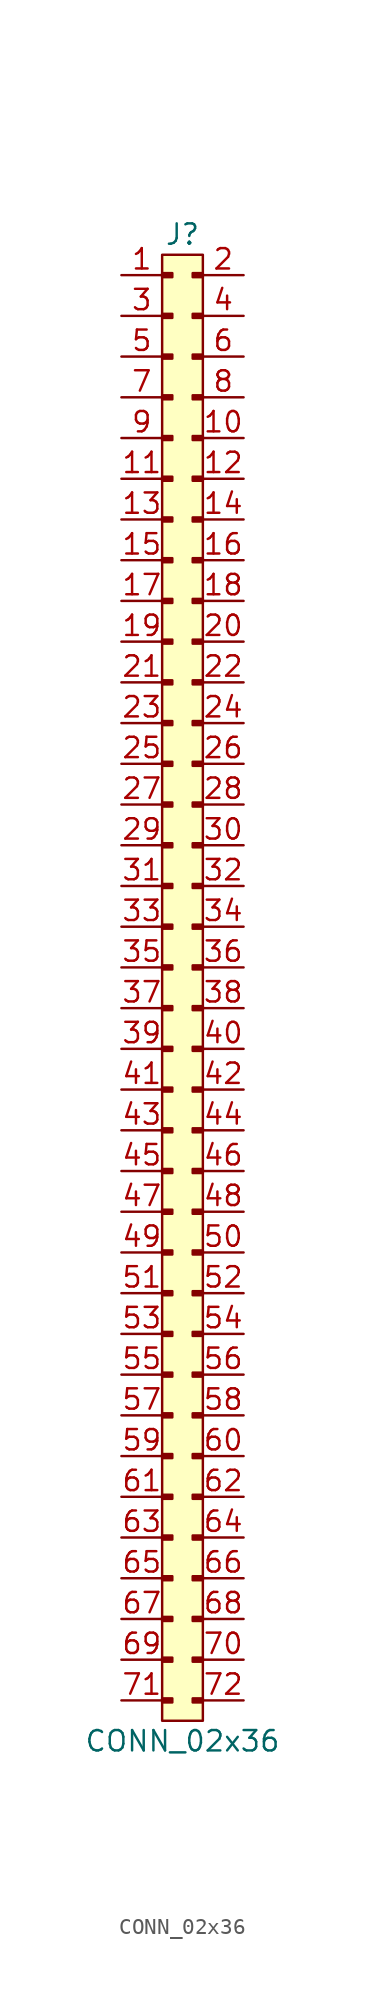
<source format=kicad_sym>
(kicad_symbol_lib
  (version 20211014)
  (generator agg_kicad.build_lib_connector)
  (symbol "CONN_02x36"
    (pin_names hide)
    (property Reference J
      (at -1.27 2.54 0)
      (effects (font (size 1.27 1.27))))
    (property Value "CONN_02x36"
      (at -1.27 -91.44 0)
      (effects (font (size 1.27 1.27))))
    (rectangle
      (start 0 -90.17)
      (end -2.54 1.27)
      (stroke (width 0) (type default) (color 0 0 0 0))
      (fill (type background)))
    (rectangle
      (start 0 0.127)
      (end -0.635 -0.127)
      (stroke (width 0) (type default) (color 0 0 0 0))
      (fill (type outline)))
    (rectangle
      (start -2.54 0.127)
      (end -1.905 -0.127)
      (stroke (width 0) (type default) (color 0 0 0 0))
      (fill (type outline)))
    (rectangle
      (start 0 -2.413)
      (end -0.635 -2.667)
      (stroke (width 0) (type default) (color 0 0 0 0))
      (fill (type outline)))
    (rectangle
      (start -2.54 -2.413)
      (end -1.905 -2.667)
      (stroke (width 0) (type default) (color 0 0 0 0))
      (fill (type outline)))
    (rectangle
      (start 0 -4.953)
      (end -0.635 -5.207)
      (stroke (width 0) (type default) (color 0 0 0 0))
      (fill (type outline)))
    (rectangle
      (start -2.54 -4.953)
      (end -1.905 -5.207)
      (stroke (width 0) (type default) (color 0 0 0 0))
      (fill (type outline)))
    (rectangle
      (start 0 -7.493)
      (end -0.635 -7.747)
      (stroke (width 0) (type default) (color 0 0 0 0))
      (fill (type outline)))
    (rectangle
      (start -2.54 -7.493)
      (end -1.905 -7.747)
      (stroke (width 0) (type default) (color 0 0 0 0))
      (fill (type outline)))
    (rectangle
      (start 0 -10.033)
      (end -0.635 -10.287)
      (stroke (width 0) (type default) (color 0 0 0 0))
      (fill (type outline)))
    (rectangle
      (start -2.54 -10.033)
      (end -1.905 -10.287)
      (stroke (width 0) (type default) (color 0 0 0 0))
      (fill (type outline)))
    (rectangle
      (start 0 -12.573)
      (end -0.635 -12.827)
      (stroke (width 0) (type default) (color 0 0 0 0))
      (fill (type outline)))
    (rectangle
      (start -2.54 -12.573)
      (end -1.905 -12.827)
      (stroke (width 0) (type default) (color 0 0 0 0))
      (fill (type outline)))
    (rectangle
      (start 0 -15.113)
      (end -0.635 -15.367)
      (stroke (width 0) (type default) (color 0 0 0 0))
      (fill (type outline)))
    (rectangle
      (start -2.54 -15.113)
      (end -1.905 -15.367)
      (stroke (width 0) (type default) (color 0 0 0 0))
      (fill (type outline)))
    (rectangle
      (start 0 -17.653)
      (end -0.635 -17.907)
      (stroke (width 0) (type default) (color 0 0 0 0))
      (fill (type outline)))
    (rectangle
      (start -2.54 -17.653)
      (end -1.905 -17.907)
      (stroke (width 0) (type default) (color 0 0 0 0))
      (fill (type outline)))
    (rectangle
      (start 0 -20.193)
      (end -0.635 -20.447)
      (stroke (width 0) (type default) (color 0 0 0 0))
      (fill (type outline)))
    (rectangle
      (start -2.54 -20.193)
      (end -1.905 -20.447)
      (stroke (width 0) (type default) (color 0 0 0 0))
      (fill (type outline)))
    (rectangle
      (start 0 -22.733)
      (end -0.635 -22.987)
      (stroke (width 0) (type default) (color 0 0 0 0))
      (fill (type outline)))
    (rectangle
      (start -2.54 -22.733)
      (end -1.905 -22.987)
      (stroke (width 0) (type default) (color 0 0 0 0))
      (fill (type outline)))
    (rectangle
      (start 0 -25.273)
      (end -0.635 -25.527)
      (stroke (width 0) (type default) (color 0 0 0 0))
      (fill (type outline)))
    (rectangle
      (start -2.54 -25.273)
      (end -1.905 -25.527)
      (stroke (width 0) (type default) (color 0 0 0 0))
      (fill (type outline)))
    (rectangle
      (start 0 -27.813)
      (end -0.635 -28.067)
      (stroke (width 0) (type default) (color 0 0 0 0))
      (fill (type outline)))
    (rectangle
      (start -2.54 -27.813)
      (end -1.905 -28.067)
      (stroke (width 0) (type default) (color 0 0 0 0))
      (fill (type outline)))
    (rectangle
      (start 0 -30.353)
      (end -0.635 -30.607)
      (stroke (width 0) (type default) (color 0 0 0 0))
      (fill (type outline)))
    (rectangle
      (start -2.54 -30.353)
      (end -1.905 -30.607)
      (stroke (width 0) (type default) (color 0 0 0 0))
      (fill (type outline)))
    (rectangle
      (start 0 -32.893)
      (end -0.635 -33.147)
      (stroke (width 0) (type default) (color 0 0 0 0))
      (fill (type outline)))
    (rectangle
      (start -2.54 -32.893)
      (end -1.905 -33.147)
      (stroke (width 0) (type default) (color 0 0 0 0))
      (fill (type outline)))
    (rectangle
      (start 0 -35.433)
      (end -0.635 -35.687)
      (stroke (width 0) (type default) (color 0 0 0 0))
      (fill (type outline)))
    (rectangle
      (start -2.54 -35.433)
      (end -1.905 -35.687)
      (stroke (width 0) (type default) (color 0 0 0 0))
      (fill (type outline)))
    (rectangle
      (start 0 -37.973)
      (end -0.635 -38.227)
      (stroke (width 0) (type default) (color 0 0 0 0))
      (fill (type outline)))
    (rectangle
      (start -2.54 -37.973)
      (end -1.905 -38.227)
      (stroke (width 0) (type default) (color 0 0 0 0))
      (fill (type outline)))
    (rectangle
      (start 0 -40.513)
      (end -0.635 -40.767)
      (stroke (width 0) (type default) (color 0 0 0 0))
      (fill (type outline)))
    (rectangle
      (start -2.54 -40.513)
      (end -1.905 -40.767)
      (stroke (width 0) (type default) (color 0 0 0 0))
      (fill (type outline)))
    (rectangle
      (start 0 -43.053)
      (end -0.635 -43.307)
      (stroke (width 0) (type default) (color 0 0 0 0))
      (fill (type outline)))
    (rectangle
      (start -2.54 -43.053)
      (end -1.905 -43.307)
      (stroke (width 0) (type default) (color 0 0 0 0))
      (fill (type outline)))
    (rectangle
      (start 0 -45.593)
      (end -0.635 -45.847)
      (stroke (width 0) (type default) (color 0 0 0 0))
      (fill (type outline)))
    (rectangle
      (start -2.54 -45.593)
      (end -1.905 -45.847)
      (stroke (width 0) (type default) (color 0 0 0 0))
      (fill (type outline)))
    (rectangle
      (start 0 -48.133)
      (end -0.635 -48.387)
      (stroke (width 0) (type default) (color 0 0 0 0))
      (fill (type outline)))
    (rectangle
      (start -2.54 -48.133)
      (end -1.905 -48.387)
      (stroke (width 0) (type default) (color 0 0 0 0))
      (fill (type outline)))
    (rectangle
      (start 0 -50.673)
      (end -0.635 -50.927)
      (stroke (width 0) (type default) (color 0 0 0 0))
      (fill (type outline)))
    (rectangle
      (start -2.54 -50.673)
      (end -1.905 -50.927)
      (stroke (width 0) (type default) (color 0 0 0 0))
      (fill (type outline)))
    (rectangle
      (start 0 -53.213)
      (end -0.635 -53.467)
      (stroke (width 0) (type default) (color 0 0 0 0))
      (fill (type outline)))
    (rectangle
      (start -2.54 -53.213)
      (end -1.905 -53.467)
      (stroke (width 0) (type default) (color 0 0 0 0))
      (fill (type outline)))
    (rectangle
      (start 0 -55.753)
      (end -0.635 -56.007)
      (stroke (width 0) (type default) (color 0 0 0 0))
      (fill (type outline)))
    (rectangle
      (start -2.54 -55.753)
      (end -1.905 -56.007)
      (stroke (width 0) (type default) (color 0 0 0 0))
      (fill (type outline)))
    (rectangle
      (start 0 -58.293)
      (end -0.635 -58.547)
      (stroke (width 0) (type default) (color 0 0 0 0))
      (fill (type outline)))
    (rectangle
      (start -2.54 -58.293)
      (end -1.905 -58.547)
      (stroke (width 0) (type default) (color 0 0 0 0))
      (fill (type outline)))
    (rectangle
      (start 0 -60.833)
      (end -0.635 -61.087)
      (stroke (width 0) (type default) (color 0 0 0 0))
      (fill (type outline)))
    (rectangle
      (start -2.54 -60.833)
      (end -1.905 -61.087)
      (stroke (width 0) (type default) (color 0 0 0 0))
      (fill (type outline)))
    (rectangle
      (start 0 -63.373)
      (end -0.635 -63.627)
      (stroke (width 0) (type default) (color 0 0 0 0))
      (fill (type outline)))
    (rectangle
      (start -2.54 -63.373)
      (end -1.905 -63.627)
      (stroke (width 0) (type default) (color 0 0 0 0))
      (fill (type outline)))
    (rectangle
      (start 0 -65.913)
      (end -0.635 -66.167)
      (stroke (width 0) (type default) (color 0 0 0 0))
      (fill (type outline)))
    (rectangle
      (start -2.54 -65.913)
      (end -1.905 -66.167)
      (stroke (width 0) (type default) (color 0 0 0 0))
      (fill (type outline)))
    (rectangle
      (start 0 -68.453)
      (end -0.635 -68.707)
      (stroke (width 0) (type default) (color 0 0 0 0))
      (fill (type outline)))
    (rectangle
      (start -2.54 -68.453)
      (end -1.905 -68.707)
      (stroke (width 0) (type default) (color 0 0 0 0))
      (fill (type outline)))
    (rectangle
      (start 0 -70.993)
      (end -0.635 -71.247)
      (stroke (width 0) (type default) (color 0 0 0 0))
      (fill (type outline)))
    (rectangle
      (start -2.54 -70.993)
      (end -1.905 -71.247)
      (stroke (width 0) (type default) (color 0 0 0 0))
      (fill (type outline)))
    (rectangle
      (start 0 -73.533)
      (end -0.635 -73.787)
      (stroke (width 0) (type default) (color 0 0 0 0))
      (fill (type outline)))
    (rectangle
      (start -2.54 -73.533)
      (end -1.905 -73.787)
      (stroke (width 0) (type default) (color 0 0 0 0))
      (fill (type outline)))
    (rectangle
      (start 0 -76.073)
      (end -0.635 -76.327)
      (stroke (width 0) (type default) (color 0 0 0 0))
      (fill (type outline)))
    (rectangle
      (start -2.54 -76.073)
      (end -1.905 -76.327)
      (stroke (width 0) (type default) (color 0 0 0 0))
      (fill (type outline)))
    (rectangle
      (start 0 -78.613)
      (end -0.635 -78.867)
      (stroke (width 0) (type default) (color 0 0 0 0))
      (fill (type outline)))
    (rectangle
      (start -2.54 -78.613)
      (end -1.905 -78.867)
      (stroke (width 0) (type default) (color 0 0 0 0))
      (fill (type outline)))
    (rectangle
      (start 0 -81.153)
      (end -0.635 -81.407)
      (stroke (width 0) (type default) (color 0 0 0 0))
      (fill (type outline)))
    (rectangle
      (start -2.54 -81.153)
      (end -1.905 -81.407)
      (stroke (width 0) (type default) (color 0 0 0 0))
      (fill (type outline)))
    (rectangle
      (start 0 -83.693)
      (end -0.635 -83.947)
      (stroke (width 0) (type default) (color 0 0 0 0))
      (fill (type outline)))
    (rectangle
      (start -2.54 -83.693)
      (end -1.905 -83.947)
      (stroke (width 0) (type default) (color 0 0 0 0))
      (fill (type outline)))
    (rectangle
      (start 0 -86.233)
      (end -0.635 -86.487)
      (stroke (width 0) (type default) (color 0 0 0 0))
      (fill (type outline)))
    (rectangle
      (start -2.54 -86.233)
      (end -1.905 -86.487)
      (stroke (width 0) (type default) (color 0 0 0 0))
      (fill (type outline)))
    (rectangle
      (start 0 -88.773)
      (end -0.635 -89.027)
      (stroke (width 0) (type default) (color 0 0 0 0))
      (fill (type outline)))
    (rectangle
      (start -2.54 -88.773)
      (end -1.905 -89.027)
      (stroke (width 0) (type default) (color 0 0 0 0))
      (fill (type outline)))
    (pin passive line
      (at 2.54 0 180)
      (length 2.54)
      (name "2" (effects (font (size 1.27 1.27))))
      (number "2" (effects (font (size 1.27 1.27)))))
    (pin passive line
      (at -5.08 0 0)
      (length 2.54)
      (name "1" (effects (font (size 1.27 1.27))))
      (number "1" (effects (font (size 1.27 1.27)))))
    (pin passive line
      (at 2.54 -2.54 180)
      (length 2.54)
      (name "4" (effects (font (size 1.27 1.27))))
      (number "4" (effects (font (size 1.27 1.27)))))
    (pin passive line
      (at -5.08 -2.54 0)
      (length 2.54)
      (name "3" (effects (font (size 1.27 1.27))))
      (number "3" (effects (font (size 1.27 1.27)))))
    (pin passive line
      (at 2.54 -5.08 180)
      (length 2.54)
      (name "6" (effects (font (size 1.27 1.27))))
      (number "6" (effects (font (size 1.27 1.27)))))
    (pin passive line
      (at -5.08 -5.08 0)
      (length 2.54)
      (name "5" (effects (font (size 1.27 1.27))))
      (number "5" (effects (font (size 1.27 1.27)))))
    (pin passive line
      (at 2.54 -7.62 180)
      (length 2.54)
      (name "8" (effects (font (size 1.27 1.27))))
      (number "8" (effects (font (size 1.27 1.27)))))
    (pin passive line
      (at -5.08 -7.62 0)
      (length 2.54)
      (name "7" (effects (font (size 1.27 1.27))))
      (number "7" (effects (font (size 1.27 1.27)))))
    (pin passive line
      (at 2.54 -10.16 180)
      (length 2.54)
      (name "10" (effects (font (size 1.27 1.27))))
      (number "10" (effects (font (size 1.27 1.27)))))
    (pin passive line
      (at -5.08 -10.16 0)
      (length 2.54)
      (name "9" (effects (font (size 1.27 1.27))))
      (number "9" (effects (font (size 1.27 1.27)))))
    (pin passive line
      (at 2.54 -12.7 180)
      (length 2.54)
      (name "12" (effects (font (size 1.27 1.27))))
      (number "12" (effects (font (size 1.27 1.27)))))
    (pin passive line
      (at -5.08 -12.7 0)
      (length 2.54)
      (name "11" (effects (font (size 1.27 1.27))))
      (number "11" (effects (font (size 1.27 1.27)))))
    (pin passive line
      (at 2.54 -15.24 180)
      (length 2.54)
      (name "14" (effects (font (size 1.27 1.27))))
      (number "14" (effects (font (size 1.27 1.27)))))
    (pin passive line
      (at -5.08 -15.24 0)
      (length 2.54)
      (name "13" (effects (font (size 1.27 1.27))))
      (number "13" (effects (font (size 1.27 1.27)))))
    (pin passive line
      (at 2.54 -17.78 180)
      (length 2.54)
      (name "16" (effects (font (size 1.27 1.27))))
      (number "16" (effects (font (size 1.27 1.27)))))
    (pin passive line
      (at -5.08 -17.78 0)
      (length 2.54)
      (name "15" (effects (font (size 1.27 1.27))))
      (number "15" (effects (font (size 1.27 1.27)))))
    (pin passive line
      (at 2.54 -20.32 180)
      (length 2.54)
      (name "18" (effects (font (size 1.27 1.27))))
      (number "18" (effects (font (size 1.27 1.27)))))
    (pin passive line
      (at -5.08 -20.32 0)
      (length 2.54)
      (name "17" (effects (font (size 1.27 1.27))))
      (number "17" (effects (font (size 1.27 1.27)))))
    (pin passive line
      (at 2.54 -22.86 180)
      (length 2.54)
      (name "20" (effects (font (size 1.27 1.27))))
      (number "20" (effects (font (size 1.27 1.27)))))
    (pin passive line
      (at -5.08 -22.86 0)
      (length 2.54)
      (name "19" (effects (font (size 1.27 1.27))))
      (number "19" (effects (font (size 1.27 1.27)))))
    (pin passive line
      (at 2.54 -25.4 180)
      (length 2.54)
      (name "22" (effects (font (size 1.27 1.27))))
      (number "22" (effects (font (size 1.27 1.27)))))
    (pin passive line
      (at -5.08 -25.4 0)
      (length 2.54)
      (name "21" (effects (font (size 1.27 1.27))))
      (number "21" (effects (font (size 1.27 1.27)))))
    (pin passive line
      (at 2.54 -27.94 180)
      (length 2.54)
      (name "24" (effects (font (size 1.27 1.27))))
      (number "24" (effects (font (size 1.27 1.27)))))
    (pin passive line
      (at -5.08 -27.94 0)
      (length 2.54)
      (name "23" (effects (font (size 1.27 1.27))))
      (number "23" (effects (font (size 1.27 1.27)))))
    (pin passive line
      (at 2.54 -30.48 180)
      (length 2.54)
      (name "26" (effects (font (size 1.27 1.27))))
      (number "26" (effects (font (size 1.27 1.27)))))
    (pin passive line
      (at -5.08 -30.48 0)
      (length 2.54)
      (name "25" (effects (font (size 1.27 1.27))))
      (number "25" (effects (font (size 1.27 1.27)))))
    (pin passive line
      (at 2.54 -33.02 180)
      (length 2.54)
      (name "28" (effects (font (size 1.27 1.27))))
      (number "28" (effects (font (size 1.27 1.27)))))
    (pin passive line
      (at -5.08 -33.02 0)
      (length 2.54)
      (name "27" (effects (font (size 1.27 1.27))))
      (number "27" (effects (font (size 1.27 1.27)))))
    (pin passive line
      (at 2.54 -35.56 180)
      (length 2.54)
      (name "30" (effects (font (size 1.27 1.27))))
      (number "30" (effects (font (size 1.27 1.27)))))
    (pin passive line
      (at -5.08 -35.56 0)
      (length 2.54)
      (name "29" (effects (font (size 1.27 1.27))))
      (number "29" (effects (font (size 1.27 1.27)))))
    (pin passive line
      (at 2.54 -38.1 180)
      (length 2.54)
      (name "32" (effects (font (size 1.27 1.27))))
      (number "32" (effects (font (size 1.27 1.27)))))
    (pin passive line
      (at -5.08 -38.1 0)
      (length 2.54)
      (name "31" (effects (font (size 1.27 1.27))))
      (number "31" (effects (font (size 1.27 1.27)))))
    (pin passive line
      (at 2.54 -40.64 180)
      (length 2.54)
      (name "34" (effects (font (size 1.27 1.27))))
      (number "34" (effects (font (size 1.27 1.27)))))
    (pin passive line
      (at -5.08 -40.64 0)
      (length 2.54)
      (name "33" (effects (font (size 1.27 1.27))))
      (number "33" (effects (font (size 1.27 1.27)))))
    (pin passive line
      (at 2.54 -43.18 180)
      (length 2.54)
      (name "36" (effects (font (size 1.27 1.27))))
      (number "36" (effects (font (size 1.27 1.27)))))
    (pin passive line
      (at -5.08 -43.18 0)
      (length 2.54)
      (name "35" (effects (font (size 1.27 1.27))))
      (number "35" (effects (font (size 1.27 1.27)))))
    (pin passive line
      (at 2.54 -45.72 180)
      (length 2.54)
      (name "38" (effects (font (size 1.27 1.27))))
      (number "38" (effects (font (size 1.27 1.27)))))
    (pin passive line
      (at -5.08 -45.72 0)
      (length 2.54)
      (name "37" (effects (font (size 1.27 1.27))))
      (number "37" (effects (font (size 1.27 1.27)))))
    (pin passive line
      (at 2.54 -48.26 180)
      (length 2.54)
      (name "40" (effects (font (size 1.27 1.27))))
      (number "40" (effects (font (size 1.27 1.27)))))
    (pin passive line
      (at -5.08 -48.26 0)
      (length 2.54)
      (name "39" (effects (font (size 1.27 1.27))))
      (number "39" (effects (font (size 1.27 1.27)))))
    (pin passive line
      (at 2.54 -50.8 180)
      (length 2.54)
      (name "42" (effects (font (size 1.27 1.27))))
      (number "42" (effects (font (size 1.27 1.27)))))
    (pin passive line
      (at -5.08 -50.8 0)
      (length 2.54)
      (name "41" (effects (font (size 1.27 1.27))))
      (number "41" (effects (font (size 1.27 1.27)))))
    (pin passive line
      (at 2.54 -53.34 180)
      (length 2.54)
      (name "44" (effects (font (size 1.27 1.27))))
      (number "44" (effects (font (size 1.27 1.27)))))
    (pin passive line
      (at -5.08 -53.34 0)
      (length 2.54)
      (name "43" (effects (font (size 1.27 1.27))))
      (number "43" (effects (font (size 1.27 1.27)))))
    (pin passive line
      (at 2.54 -55.88 180)
      (length 2.54)
      (name "46" (effects (font (size 1.27 1.27))))
      (number "46" (effects (font (size 1.27 1.27)))))
    (pin passive line
      (at -5.08 -55.88 0)
      (length 2.54)
      (name "45" (effects (font (size 1.27 1.27))))
      (number "45" (effects (font (size 1.27 1.27)))))
    (pin passive line
      (at 2.54 -58.42 180)
      (length 2.54)
      (name "48" (effects (font (size 1.27 1.27))))
      (number "48" (effects (font (size 1.27 1.27)))))
    (pin passive line
      (at -5.08 -58.42 0)
      (length 2.54)
      (name "47" (effects (font (size 1.27 1.27))))
      (number "47" (effects (font (size 1.27 1.27)))))
    (pin passive line
      (at 2.54 -60.96 180)
      (length 2.54)
      (name "50" (effects (font (size 1.27 1.27))))
      (number "50" (effects (font (size 1.27 1.27)))))
    (pin passive line
      (at -5.08 -60.96 0)
      (length 2.54)
      (name "49" (effects (font (size 1.27 1.27))))
      (number "49" (effects (font (size 1.27 1.27)))))
    (pin passive line
      (at 2.54 -63.5 180)
      (length 2.54)
      (name "52" (effects (font (size 1.27 1.27))))
      (number "52" (effects (font (size 1.27 1.27)))))
    (pin passive line
      (at -5.08 -63.5 0)
      (length 2.54)
      (name "51" (effects (font (size 1.27 1.27))))
      (number "51" (effects (font (size 1.27 1.27)))))
    (pin passive line
      (at 2.54 -66.04 180)
      (length 2.54)
      (name "54" (effects (font (size 1.27 1.27))))
      (number "54" (effects (font (size 1.27 1.27)))))
    (pin passive line
      (at -5.08 -66.04 0)
      (length 2.54)
      (name "53" (effects (font (size 1.27 1.27))))
      (number "53" (effects (font (size 1.27 1.27)))))
    (pin passive line
      (at 2.54 -68.58 180)
      (length 2.54)
      (name "56" (effects (font (size 1.27 1.27))))
      (number "56" (effects (font (size 1.27 1.27)))))
    (pin passive line
      (at -5.08 -68.58 0)
      (length 2.54)
      (name "55" (effects (font (size 1.27 1.27))))
      (number "55" (effects (font (size 1.27 1.27)))))
    (pin passive line
      (at 2.54 -71.12 180)
      (length 2.54)
      (name "58" (effects (font (size 1.27 1.27))))
      (number "58" (effects (font (size 1.27 1.27)))))
    (pin passive line
      (at -5.08 -71.12 0)
      (length 2.54)
      (name "57" (effects (font (size 1.27 1.27))))
      (number "57" (effects (font (size 1.27 1.27)))))
    (pin passive line
      (at 2.54 -73.66 180)
      (length 2.54)
      (name "60" (effects (font (size 1.27 1.27))))
      (number "60" (effects (font (size 1.27 1.27)))))
    (pin passive line
      (at -5.08 -73.66 0)
      (length 2.54)
      (name "59" (effects (font (size 1.27 1.27))))
      (number "59" (effects (font (size 1.27 1.27)))))
    (pin passive line
      (at 2.54 -76.2 180)
      (length 2.54)
      (name "62" (effects (font (size 1.27 1.27))))
      (number "62" (effects (font (size 1.27 1.27)))))
    (pin passive line
      (at -5.08 -76.2 0)
      (length 2.54)
      (name "61" (effects (font (size 1.27 1.27))))
      (number "61" (effects (font (size 1.27 1.27)))))
    (pin passive line
      (at 2.54 -78.74 180)
      (length 2.54)
      (name "64" (effects (font (size 1.27 1.27))))
      (number "64" (effects (font (size 1.27 1.27)))))
    (pin passive line
      (at -5.08 -78.74 0)
      (length 2.54)
      (name "63" (effects (font (size 1.27 1.27))))
      (number "63" (effects (font (size 1.27 1.27)))))
    (pin passive line
      (at 2.54 -81.28 180)
      (length 2.54)
      (name "66" (effects (font (size 1.27 1.27))))
      (number "66" (effects (font (size 1.27 1.27)))))
    (pin passive line
      (at -5.08 -81.28 0)
      (length 2.54)
      (name "65" (effects (font (size 1.27 1.27))))
      (number "65" (effects (font (size 1.27 1.27)))))
    (pin passive line
      (at 2.54 -83.82 180)
      (length 2.54)
      (name "68" (effects (font (size 1.27 1.27))))
      (number "68" (effects (font (size 1.27 1.27)))))
    (pin passive line
      (at -5.08 -83.82 0)
      (length 2.54)
      (name "67" (effects (font (size 1.27 1.27))))
      (number "67" (effects (font (size 1.27 1.27)))))
    (pin passive line
      (at 2.54 -86.36 180)
      (length 2.54)
      (name "70" (effects (font (size 1.27 1.27))))
      (number "70" (effects (font (size 1.27 1.27)))))
    (pin passive line
      (at -5.08 -86.36 0)
      (length 2.54)
      (name "69" (effects (font (size 1.27 1.27))))
      (number "69" (effects (font (size 1.27 1.27)))))
    (pin passive line
      (at 2.54 -88.9 180)
      (length 2.54)
      (name "72" (effects (font (size 1.27 1.27))))
      (number "72" (effects (font (size 1.27 1.27)))))
    (pin passive line
      (at -5.08 -88.9 0)
      (length 2.54)
      (name "71" (effects (font (size 1.27 1.27))))
      (number "71" (effects (font (size 1.27 1.27)))))))
</source>
